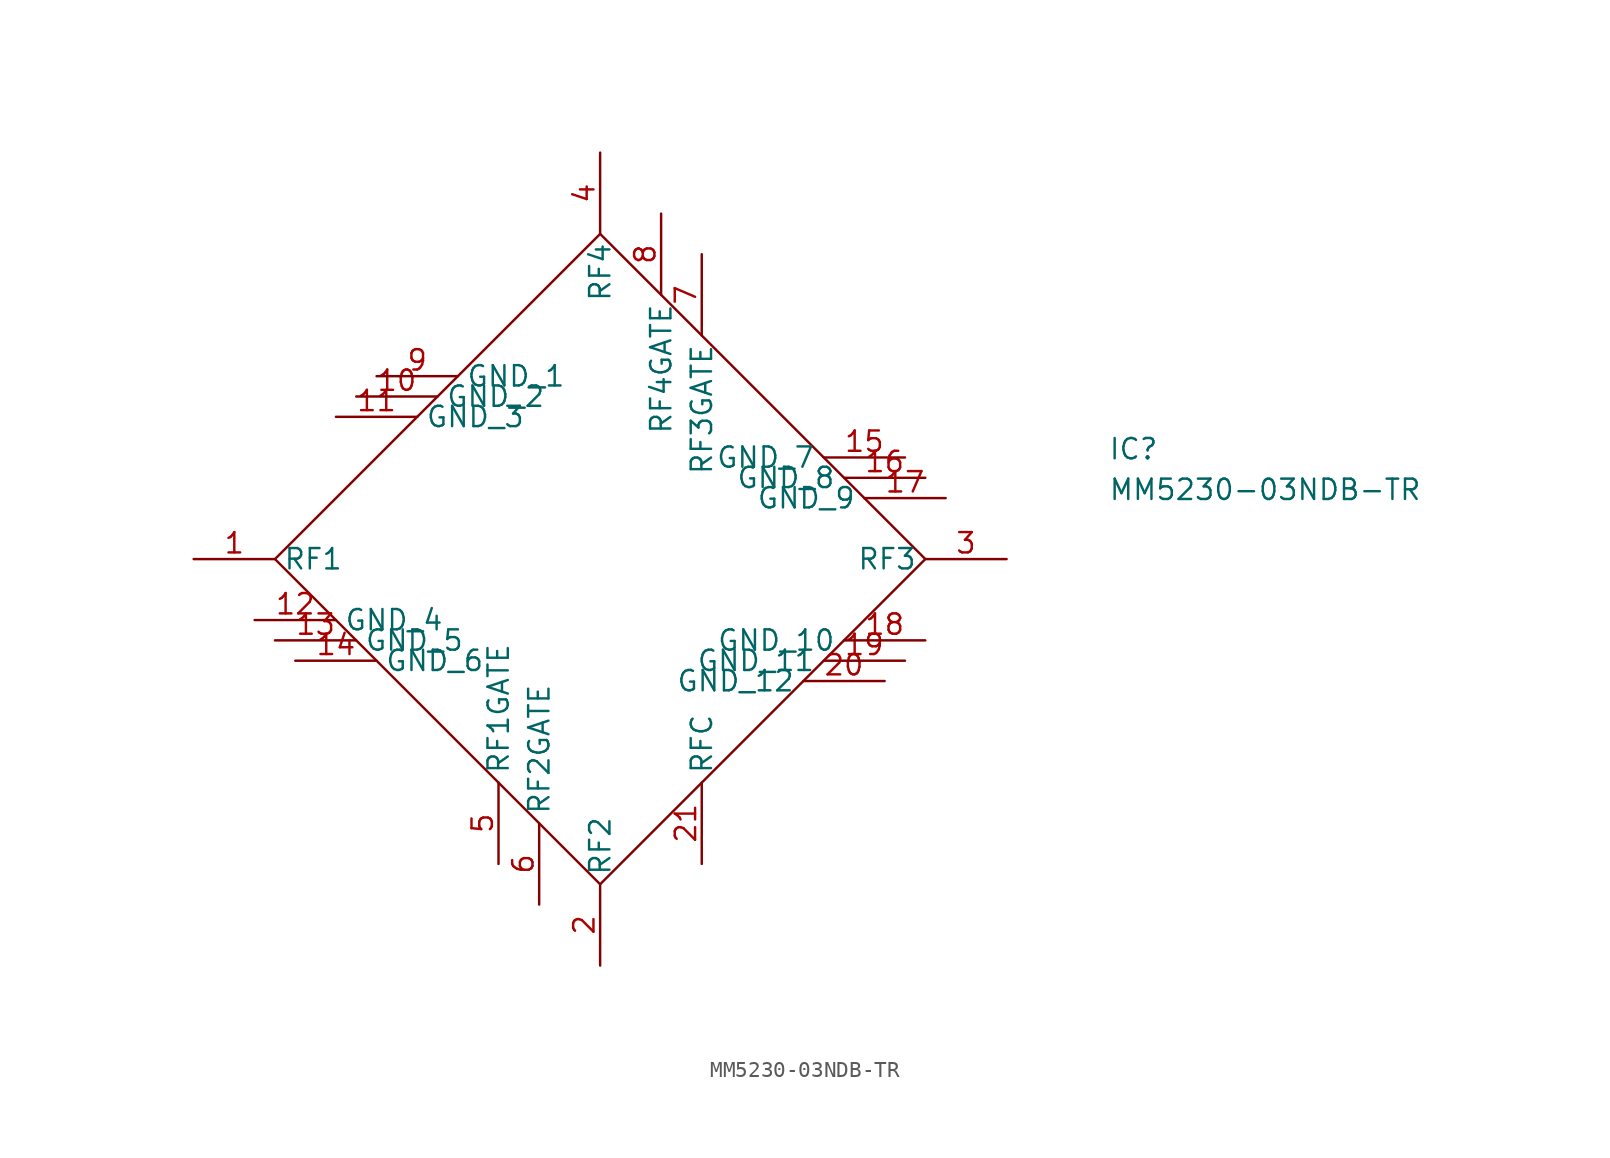
<source format=kicad_sym>
(kicad_symbol_lib
  (version 20241209)
  (generator "kicad_symbol_editor")
  (generator_version "9.0")
  (symbol "MM5230-03NDB-TR"
    (property "Reference" "IC"
      (at 31.75 7.62 0)
      (effects (font (size 1.27 1.27)) (justify left top)))
    (property "Value" "MM5230-03NDB-TR"
      (at 31.75 5.08 0)
      (effects (font (size 1.27 1.27)) (justify left top)))
    (symbol "MM5230-03NDB-TR_0_1"
      (polyline (pts (xy 0 -20.32) (xy -20.32 0) (xy 0 20.32) (xy 20.32 0) (xy 0 -20.32)) (stroke (width 0) (type default)) (fill (type none))))
    (symbol "MM5230-03NDB-TR_1_1"
      (pin passive line (at -25.4 0 0) (length 5.08) (name "RF1" (effects (font (size 1.27 1.27)))) (number "1" (effects (font (size 1.27 1.27)))))
      (pin passive line (at -21.59 -3.81 0) (length 5.08) (name "GND_4" (effects (font (size 1.27 1.27)))) (number "12" (effects (font (size 1.27 1.27)))))
      (pin passive line (at -20.32 -5.08 0) (length 5.08) (name "GND_5" (effects (font (size 1.27 1.27)))) (number "13" (effects (font (size 1.27 1.27)))))
      (pin passive line (at -19.05 -6.35 0) (length 5.08) (name "GND_6" (effects (font (size 1.27 1.27)))) (number "14" (effects (font (size 1.27 1.27)))))
      (pin passive line (at -16.51 8.89 0) (length 5.08) (name "GND_3" (effects (font (size 1.27 1.27)))) (number "11" (effects (font (size 1.27 1.27)))))
      (pin passive line (at -15.24 10.16 0) (length 5.08) (name "GND_2" (effects (font (size 1.27 1.27)))) (number "10" (effects (font (size 1.27 1.27)))))
      (pin passive line (at -13.97 11.43 0) (length 5.08) (name "GND_1" (effects (font (size 1.27 1.27)))) (number "9" (effects (font (size 1.27 1.27)))))
      (pin passive line (at -6.35 -19.05 90) (length 5.08) (name "RF1GATE" (effects (font (size 1.27 1.27)))) (number "5" (effects (font (size 1.27 1.27)))))
      (pin passive line (at -3.81 -21.59 90) (length 5.08) (name "RF2GATE" (effects (font (size 1.27 1.27)))) (number "6" (effects (font (size 1.27 1.27)))))
      (pin passive line (at 0 25.4 270) (length 5.08) (name "RF4" (effects (font (size 1.27 1.27)))) (number "4" (effects (font (size 1.27 1.27)))))
      (pin passive line (at 0 -25.4 90) (length 5.08) (name "RF2" (effects (font (size 1.27 1.27)))) (number "2" (effects (font (size 1.27 1.27)))))
      (pin passive line (at 3.81 21.59 270) (length 5.08) (name "RF4GATE" (effects (font (size 1.27 1.27)))) (number "8" (effects (font (size 1.27 1.27)))))
      (pin passive line (at 6.35 19.05 270) (length 5.08) (name "RF3GATE" (effects (font (size 1.27 1.27)))) (number "7" (effects (font (size 1.27 1.27)))))
      (pin passive line (at 6.35 -19.05 90) (length 5.08) (name "RFC" (effects (font (size 1.27 1.27)))) (number "21" (effects (font (size 1.27 1.27)))))
      (pin passive line (at 17.78 -7.62 180) (length 5.08) (name "GND_12" (effects (font (size 1.27 1.27)))) (number "20" (effects (font (size 1.27 1.27)))))
      (pin passive line (at 19.05 6.35 180) (length 5.08) (name "GND_7" (effects (font (size 1.27 1.27)))) (number "15" (effects (font (size 1.27 1.27)))))
      (pin passive line (at 19.05 -6.35 180) (length 5.08) (name "GND_11" (effects (font (size 1.27 1.27)))) (number "19" (effects (font (size 1.27 1.27)))))
      (pin passive line (at 20.32 5.08 180) (length 5.08) (name "GND_8" (effects (font (size 1.27 1.27)))) (number "16" (effects (font (size 1.27 1.27)))))
      (pin passive line (at 20.32 -5.08 180) (length 5.08) (name "GND_10" (effects (font (size 1.27 1.27)))) (number "18" (effects (font (size 1.27 1.27)))))
      (pin passive line (at 21.59 3.81 180) (length 5.08) (name "GND_9" (effects (font (size 1.27 1.27)))) (number "17" (effects (font (size 1.27 1.27)))))
      (pin passive line (at 25.4 0 180) (length 5.08) (name "RF3" (effects (font (size 1.27 1.27)))) (number "3" (effects (font (size 1.27 1.27))))))))
</source>
